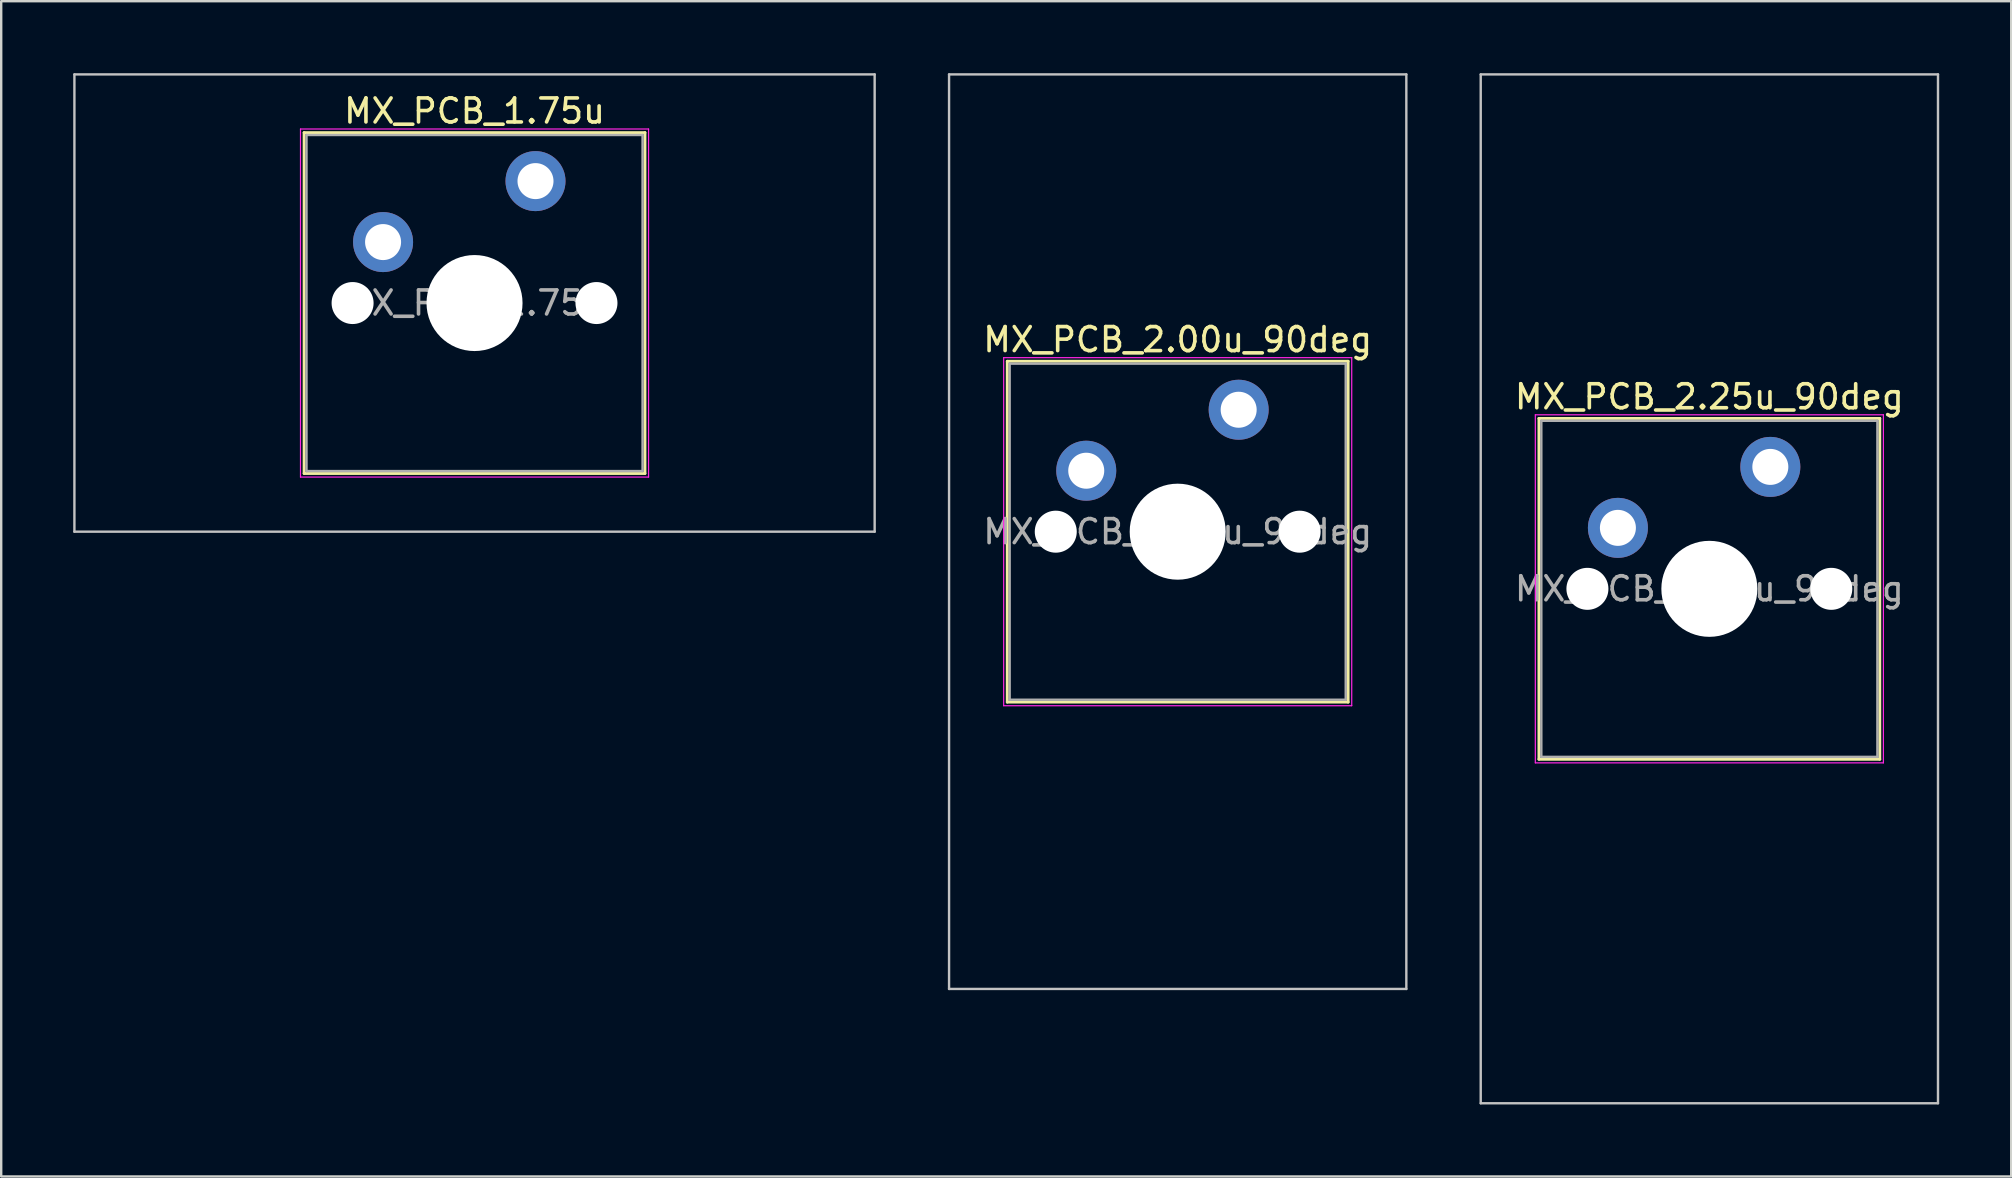
<source format=kicad_pcb>
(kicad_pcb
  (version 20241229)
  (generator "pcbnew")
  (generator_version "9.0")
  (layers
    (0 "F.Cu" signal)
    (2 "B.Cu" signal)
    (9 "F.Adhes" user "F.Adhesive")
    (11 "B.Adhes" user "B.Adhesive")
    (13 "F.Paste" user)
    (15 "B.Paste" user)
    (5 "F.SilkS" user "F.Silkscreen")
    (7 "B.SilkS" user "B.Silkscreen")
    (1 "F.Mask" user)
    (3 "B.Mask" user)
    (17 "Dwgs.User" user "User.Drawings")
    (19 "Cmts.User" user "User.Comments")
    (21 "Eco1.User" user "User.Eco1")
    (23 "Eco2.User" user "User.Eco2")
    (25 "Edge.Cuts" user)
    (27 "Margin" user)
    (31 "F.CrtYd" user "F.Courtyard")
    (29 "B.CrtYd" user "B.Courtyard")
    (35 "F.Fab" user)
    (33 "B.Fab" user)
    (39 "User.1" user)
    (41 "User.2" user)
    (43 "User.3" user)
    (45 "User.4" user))
  (footprint "MX_PCB_1.75u"
    (layer "F.Cu")
    (at 16.719 9.575)
    (property "Reference" "MX_PCB_1.75u" (at 0 -8 0) (layer "F.SilkS") (effects (font (size 1 1) (thickness 0.15))))
    (attr through_hole)
    (fp_line (start -7.1 -7.1) (end -7.1 7.1) (stroke (width 0.12) (type solid)) (layer "F.SilkS"))
    (fp_line (start -7.1 7.1) (end 7.1 7.1) (stroke (width 0.12) (type solid)) (layer "F.SilkS"))
    (fp_line (start 7.1 -7.1) (end -7.1 -7.1) (stroke (width 0.12) (type solid)) (layer "F.SilkS"))
    (fp_line (start 7.1 7.1) (end 7.1 -7.1) (stroke (width 0.12) (type solid)) (layer "F.SilkS"))
    (fp_line (start -16.669 -9.525) (end -16.669 9.525) (stroke (width 0.1) (type solid)) (layer "Dwgs.User"))
    (fp_line (start -16.669 9.525) (end 16.669 9.525) (stroke (width 0.1) (type solid)) (layer "Dwgs.User"))
    (fp_line (start 16.669 -9.525) (end -16.669 -9.525) (stroke (width 0.1) (type solid)) (layer "Dwgs.User"))
    (fp_line (start 16.669 9.525) (end 16.669 -9.525) (stroke (width 0.1) (type solid)) (layer "Dwgs.User"))
    (fp_line (start -7 -7) (end -7 7) (stroke (width 0.1) (type solid)) (layer "Eco1.User"))
    (fp_line (start -7 7) (end 7 7) (stroke (width 0.1) (type solid)) (layer "Eco1.User"))
    (fp_line (start 7 -7) (end -7 -7) (stroke (width 0.1) (type solid)) (layer "Eco1.User"))
    (fp_line (start 7 7) (end 7 -7) (stroke (width 0.1) (type solid)) (layer "Eco1.User"))
    (fp_line (start -7.25 -7.25) (end -7.25 7.25) (stroke (width 0.05) (type solid)) (layer "F.CrtYd"))
    (fp_line (start -7.25 7.25) (end 7.25 7.25) (stroke (width 0.05) (type solid)) (layer "F.CrtYd"))
    (fp_line (start 7.25 -7.25) (end -7.25 -7.25) (stroke (width 0.05) (type solid)) (layer "F.CrtYd"))
    (fp_line (start 7.25 7.25) (end 7.25 -7.25) (stroke (width 0.05) (type solid)) (layer "F.CrtYd"))
    (fp_line (start -7 -7) (end -7 7) (stroke (width 0.1) (type solid)) (layer "F.Fab"))
    (fp_line (start -7 7) (end 7 7) (stroke (width 0.1) (type solid)) (layer "F.Fab"))
    (fp_line (start 7 -7) (end -7 -7) (stroke (width 0.1) (type solid)) (layer "F.Fab"))
    (fp_line (start 7 7) (end 7 -7) (stroke (width 0.1) (type solid)) (layer "F.Fab"))
    (fp_text user "${REFERENCE}" (at 0 0 0) (layer "F.Fab") (effects (font (size 1 1) (thickness 0.15))))
    (pad "" np_thru_hole circle (at -5.08 0) (size 1.75 1.75) (drill 1.75) (layers "*.Cu" "*.Mask"))
    (pad "" np_thru_hole circle (at 0 0) (size 4 4) (drill 4) (layers "*.Cu" "*.Mask"))
    (pad "" np_thru_hole circle (at 5.08 0) (size 1.75 1.75) (drill 1.75) (layers "*.Cu" "*.Mask"))
    (pad "1" thru_hole circle (at -3.81 -2.54) (size 2.5 2.5) (drill 1.5) (layers "*.Cu" "*.Mask"))
    (pad "2" thru_hole circle (at 2.54 -5.08) (size 2.5 2.5) (drill 1.5) (layers "*.Cu" "*.Mask")))
  (footprint "MX_PCB_2.00u_90deg"
    (layer "F.Cu")
    (at 46.013 19.1)
    (property "Reference" "MX_PCB_2.00u_90deg" (at 0 -8 0) (layer "F.SilkS") (effects (font (size 1 1) (thickness 0.15))))
    (attr through_hole)
    (fp_line (start -7.1 -7.1) (end -7.1 7.1) (stroke (width 0.12) (type solid)) (layer "F.SilkS"))
    (fp_line (start -7.1 7.1) (end 7.1 7.1) (stroke (width 0.12) (type solid)) (layer "F.SilkS"))
    (fp_line (start 7.1 -7.1) (end -7.1 -7.1) (stroke (width 0.12) (type solid)) (layer "F.SilkS"))
    (fp_line (start 7.1 7.1) (end 7.1 -7.1) (stroke (width 0.12) (type solid)) (layer "F.SilkS"))
    (fp_line (start -9.525 -19.05) (end 9.525 -19.05) (stroke (width 0.1) (type solid)) (layer "Dwgs.User"))
    (fp_line (start -9.525 19.05) (end -9.525 -19.05) (stroke (width 0.1) (type solid)) (layer "Dwgs.User"))
    (fp_line (start 9.525 -19.05) (end 9.525 19.05) (stroke (width 0.1) (type solid)) (layer "Dwgs.User"))
    (fp_line (start 9.525 19.05) (end -9.525 19.05) (stroke (width 0.1) (type solid)) (layer "Dwgs.User"))
    (fp_line (start -7 -7) (end -7 7) (stroke (width 0.1) (type solid)) (layer "Eco1.User"))
    (fp_line (start -7 7) (end 7 7) (stroke (width 0.1) (type solid)) (layer "Eco1.User"))
    (fp_line (start 7 -7) (end -7 -7) (stroke (width 0.1) (type solid)) (layer "Eco1.User"))
    (fp_line (start 7 7) (end 7 -7) (stroke (width 0.1) (type solid)) (layer "Eco1.User"))
    (fp_line (start -7.25 -7.25) (end -7.25 7.25) (stroke (width 0.05) (type solid)) (layer "F.CrtYd"))
    (fp_line (start -7.25 7.25) (end 7.25 7.25) (stroke (width 0.05) (type solid)) (layer "F.CrtYd"))
    (fp_line (start 7.25 -7.25) (end -7.25 -7.25) (stroke (width 0.05) (type solid)) (layer "F.CrtYd"))
    (fp_line (start 7.25 7.25) (end 7.25 -7.25) (stroke (width 0.05) (type solid)) (layer "F.CrtYd"))
    (fp_line (start -7 -7) (end -7 7) (stroke (width 0.1) (type solid)) (layer "F.Fab"))
    (fp_line (start -7 7) (end 7 7) (stroke (width 0.1) (type solid)) (layer "F.Fab"))
    (fp_line (start 7 -7) (end -7 -7) (stroke (width 0.1) (type solid)) (layer "F.Fab"))
    (fp_line (start 7 7) (end 7 -7) (stroke (width 0.1) (type solid)) (layer "F.Fab"))
    (fp_text user "${REFERENCE}" (at 0 0 0) (layer "F.Fab") (effects (font (size 1 1) (thickness 0.15))))
    (pad "" np_thru_hole circle (at -5.08 0) (size 1.75 1.75) (drill 1.75) (layers "*.Cu" "*.Mask"))
    (pad "" np_thru_hole circle (at 0 0) (size 4 4) (drill 4) (layers "*.Cu" "*.Mask"))
    (pad "" np_thru_hole circle (at 5.08 0) (size 1.75 1.75) (drill 1.75) (layers "*.Cu" "*.Mask"))
    (pad "1" thru_hole circle (at -3.81 -2.54) (size 2.5 2.5) (drill 1.5) (layers "*.Cu" "*.Mask"))
    (pad "2" thru_hole circle (at 2.54 -5.08) (size 2.5 2.5) (drill 1.5) (layers "*.Cu" "*.Mask")))
  (footprint "MX_PCB_2.25u_90deg"
    (layer "F.Cu")
    (at 68.162 21.481)
    (property "Reference" "MX_PCB_2.25u_90deg" (at 0 -8 0) (layer "F.SilkS") (effects (font (size 1 1) (thickness 0.15))))
    (attr through_hole)
    (fp_line (start -7.1 -7.1) (end -7.1 7.1) (stroke (width 0.12) (type solid)) (layer "F.SilkS"))
    (fp_line (start -7.1 7.1) (end 7.1 7.1) (stroke (width 0.12) (type solid)) (layer "F.SilkS"))
    (fp_line (start 7.1 -7.1) (end -7.1 -7.1) (stroke (width 0.12) (type solid)) (layer "F.SilkS"))
    (fp_line (start 7.1 7.1) (end 7.1 -7.1) (stroke (width 0.12) (type solid)) (layer "F.SilkS"))
    (fp_line (start -9.525 -21.431) (end 9.525 -21.431) (stroke (width 0.1) (type solid)) (layer "Dwgs.User"))
    (fp_line (start -9.525 21.431) (end -9.525 -21.431) (stroke (width 0.1) (type solid)) (layer "Dwgs.User"))
    (fp_line (start 9.525 -21.431) (end 9.525 21.431) (stroke (width 0.1) (type solid)) (layer "Dwgs.User"))
    (fp_line (start 9.525 21.431) (end -9.525 21.431) (stroke (width 0.1) (type solid)) (layer "Dwgs.User"))
    (fp_line (start -7 -7) (end -7 7) (stroke (width 0.1) (type solid)) (layer "Eco1.User"))
    (fp_line (start -7 7) (end 7 7) (stroke (width 0.1) (type solid)) (layer "Eco1.User"))
    (fp_line (start 7 -7) (end -7 -7) (stroke (width 0.1) (type solid)) (layer "Eco1.User"))
    (fp_line (start 7 7) (end 7 -7) (stroke (width 0.1) (type solid)) (layer "Eco1.User"))
    (fp_line (start -7.25 -7.25) (end -7.25 7.25) (stroke (width 0.05) (type solid)) (layer "F.CrtYd"))
    (fp_line (start -7.25 7.25) (end 7.25 7.25) (stroke (width 0.05) (type solid)) (layer "F.CrtYd"))
    (fp_line (start 7.25 -7.25) (end -7.25 -7.25) (stroke (width 0.05) (type solid)) (layer "F.CrtYd"))
    (fp_line (start 7.25 7.25) (end 7.25 -7.25) (stroke (width 0.05) (type solid)) (layer "F.CrtYd"))
    (fp_line (start -7 -7) (end -7 7) (stroke (width 0.1) (type solid)) (layer "F.Fab"))
    (fp_line (start -7 7) (end 7 7) (stroke (width 0.1) (type solid)) (layer "F.Fab"))
    (fp_line (start 7 -7) (end -7 -7) (stroke (width 0.1) (type solid)) (layer "F.Fab"))
    (fp_line (start 7 7) (end 7 -7) (stroke (width 0.1) (type solid)) (layer "F.Fab"))
    (fp_text user "${REFERENCE}" (at 0 0 0) (layer "F.Fab") (effects (font (size 1 1) (thickness 0.15))))
    (pad "" np_thru_hole circle (at -5.08 0) (size 1.75 1.75) (drill 1.75) (layers "*.Cu" "*.Mask"))
    (pad "" np_thru_hole circle (at 0 0) (size 4 4) (drill 4) (layers "*.Cu" "*.Mask"))
    (pad "" np_thru_hole circle (at 5.08 0) (size 1.75 1.75) (drill 1.75) (layers "*.Cu" "*.Mask"))
    (pad "1" thru_hole circle (at -3.81 -2.54) (size 2.5 2.5) (drill 1.5) (layers "*.Cu" "*.Mask"))
    (pad "2" thru_hole circle (at 2.54 -5.08) (size 2.5 2.5) (drill 1.5) (layers "*.Cu" "*.Mask")))
  (gr_rect
    (start -3 -3)
    (end 80.737 45.962)
    (stroke (width 0.1) (type default))
    (fill no)
    (layer "Edge.Cuts")))
</source>
